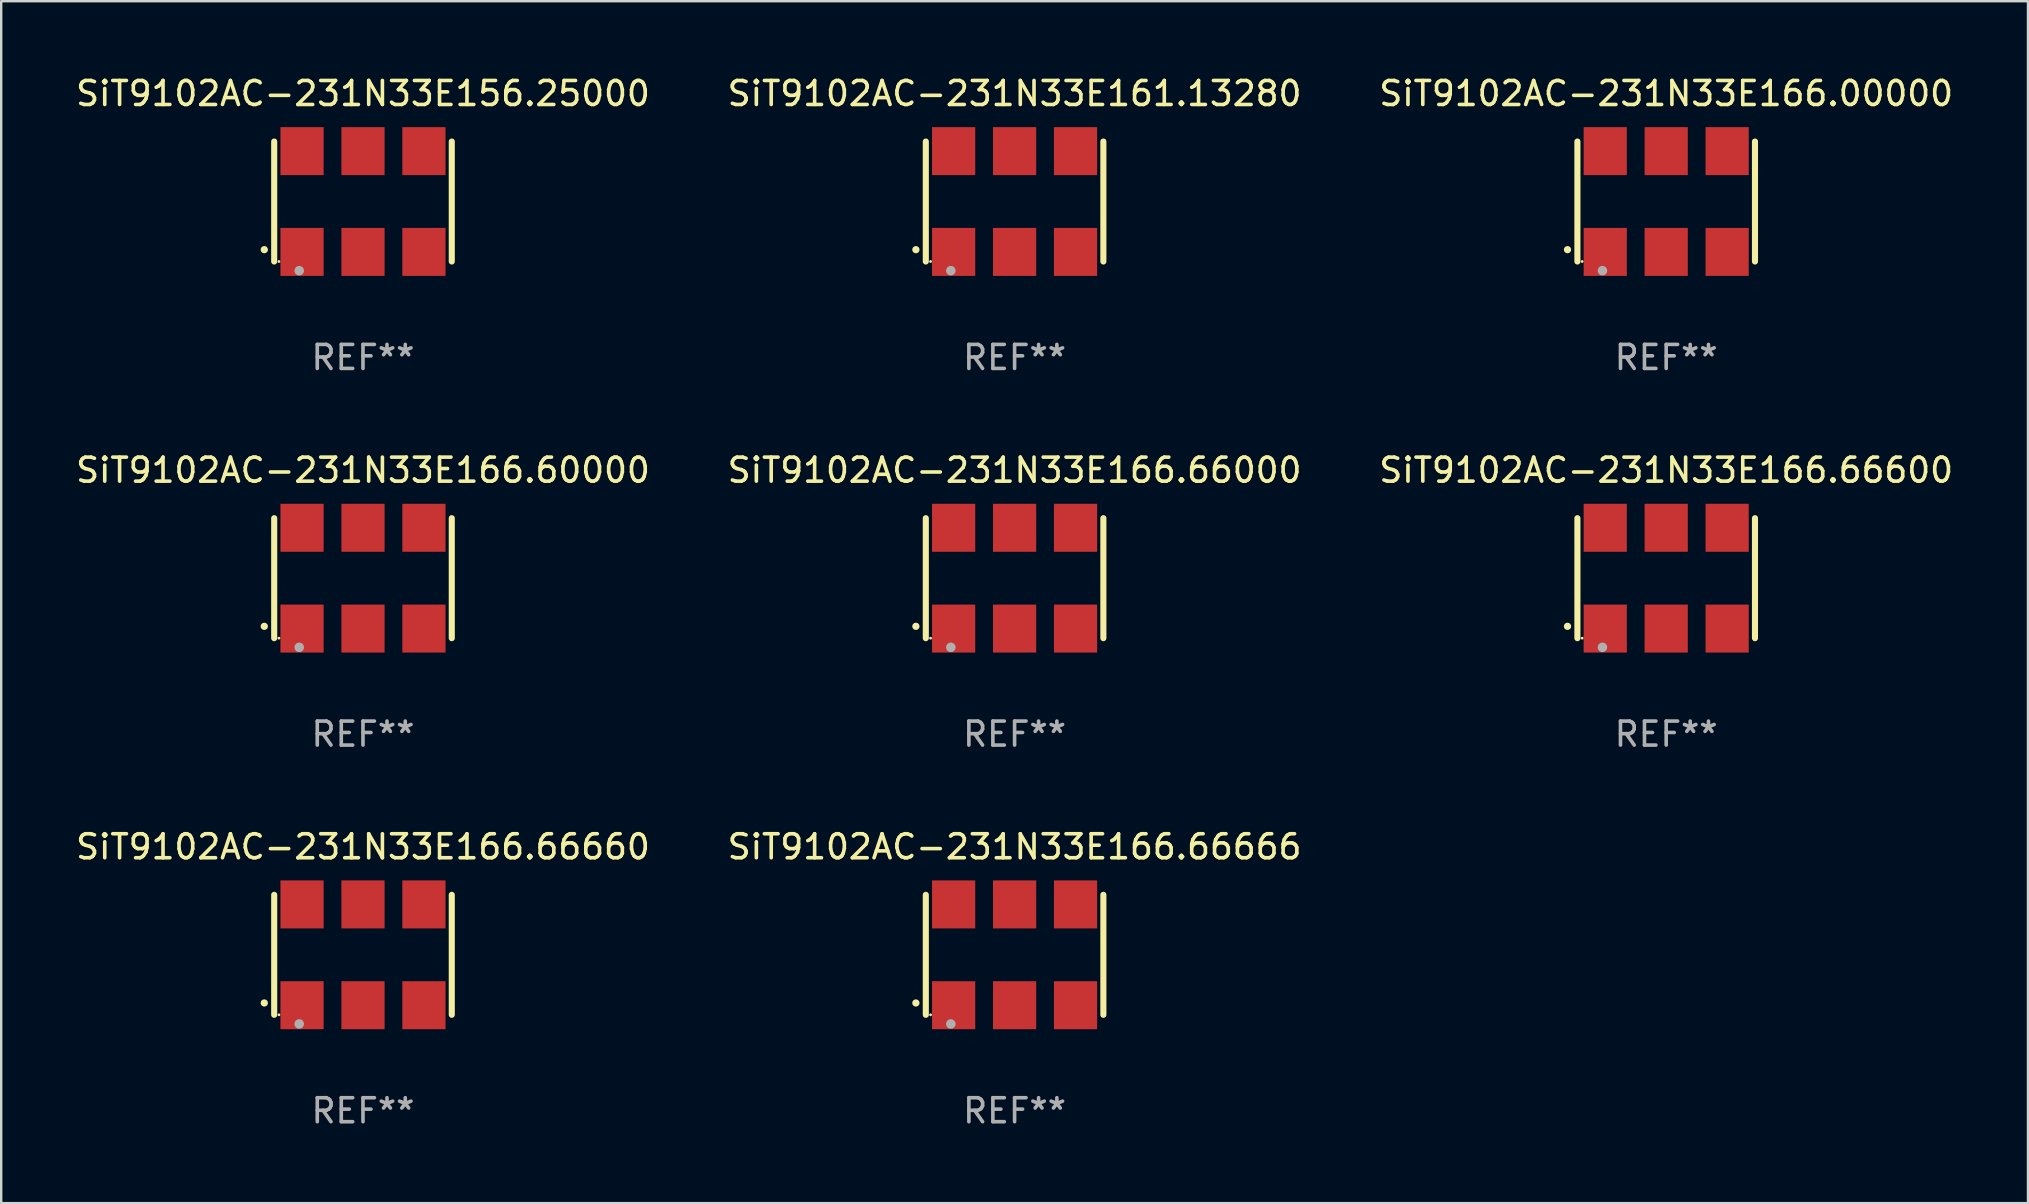
<source format=kicad_pcb>
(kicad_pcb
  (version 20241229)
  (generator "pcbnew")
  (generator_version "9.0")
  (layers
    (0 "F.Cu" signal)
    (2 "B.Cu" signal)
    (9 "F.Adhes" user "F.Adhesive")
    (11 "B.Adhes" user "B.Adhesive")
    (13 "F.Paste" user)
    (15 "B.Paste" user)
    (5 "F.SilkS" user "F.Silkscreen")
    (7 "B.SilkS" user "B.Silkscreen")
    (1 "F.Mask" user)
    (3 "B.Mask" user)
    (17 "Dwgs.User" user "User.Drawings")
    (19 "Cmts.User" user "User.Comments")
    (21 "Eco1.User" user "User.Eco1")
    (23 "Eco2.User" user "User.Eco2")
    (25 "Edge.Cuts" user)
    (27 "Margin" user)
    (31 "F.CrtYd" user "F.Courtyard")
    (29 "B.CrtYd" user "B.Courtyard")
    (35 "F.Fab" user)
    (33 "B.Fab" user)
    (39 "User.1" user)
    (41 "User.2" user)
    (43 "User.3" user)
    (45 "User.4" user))
  (footprint "SiT9102AC-231N33E166.00000"
    (layer "F.Cu")
    (at 66.387 5.348)
    (property "Reference" "SiT9102AC-231N33E166.00000" (at 0 -4.5 0) (layer "F.SilkS") (effects (font (size 1 1) (thickness 0.15))))
    (attr through_hole)
    (fp_line (start -3.7 -2.5) (end -3.7 2.5) (stroke (width 0.254) (type solid)) (layer "F.SilkS"))
    (fp_line (start 3.7 -2.5) (end 3.7 2.5) (stroke (width 0.254) (type solid)) (layer "F.SilkS"))
    (fp_arc (start -4.114415 2.006604) (mid -4.113145 2.006599) (end -4.111875 2.006604) (stroke (width 0.3) (type solid)) (layer "F.SilkS"))
    (fp_circle (center -3.502 2.5) (end -3.472 2.5) (stroke (width 0.06) (type solid)) (fill no) (layer "F.SilkS"))
    (fp_circle (center -2.657 2.882) (end -2.557 2.882) (stroke (width 0.2) (type solid)) (fill no) (layer "F.Fab"))
    (fp_text user "REF**" (at 0 6.5 0) (layer "F.Fab") (effects (font (size 1 1) (thickness 0.15))))
    (pad "1" smd rect (at -2.54 2.1) (size 1.8 2) (layers "F.Cu" "F.Mask" "F.Paste"))
    (pad "2" smd rect (at 0.000394 2.1) (size 1.8 2) (layers "F.Cu" "F.Mask" "F.Paste"))
    (pad "3" smd rect (at 2.54 2.1) (size 1.8 2) (layers "F.Cu" "F.Mask" "F.Paste"))
    (pad "4" smd rect (at 2.54 -2.1) (size 1.8 2) (layers "F.Cu" "F.Mask" "F.Paste"))
    (pad "5" smd rect (at 0.000394 -2.1) (size 1.8 2) (layers "F.Cu" "F.Mask" "F.Paste"))
    (pad "6" smd rect (at -2.54 -2.1) (size 1.8 2) (layers "F.Cu" "F.Mask" "F.Paste")))
  (footprint "SiT9102AC-231N33E166.66660"
    (layer "F.Cu")
    (at 12.077 36.741)
    (property "Reference" "SiT9102AC-231N33E166.66660" (at 0 -4.5 0) (layer "F.SilkS") (effects (font (size 1 1) (thickness 0.15))))
    (attr through_hole)
    (fp_line (start -3.7 -2.5) (end -3.7 2.5) (stroke (width 0.254) (type solid)) (layer "F.SilkS"))
    (fp_line (start 3.7 -2.5) (end 3.7 2.5) (stroke (width 0.254) (type solid)) (layer "F.SilkS"))
    (fp_arc (start -4.114415 2.006604) (mid -4.113145 2.006599) (end -4.111875 2.006604) (stroke (width 0.3) (type solid)) (layer "F.SilkS"))
    (fp_circle (center -3.502 2.5) (end -3.472 2.5) (stroke (width 0.06) (type solid)) (fill no) (layer "F.SilkS"))
    (fp_circle (center -2.657 2.882) (end -2.557 2.882) (stroke (width 0.2) (type solid)) (fill no) (layer "F.Fab"))
    (fp_text user "REF**" (at 0 6.5 0) (layer "F.Fab") (effects (font (size 1 1) (thickness 0.15))))
    (pad "1" smd rect (at -2.54 2.1) (size 1.8 2) (layers "F.Cu" "F.Mask" "F.Paste"))
    (pad "2" smd rect (at 0.000394 2.1) (size 1.8 2) (layers "F.Cu" "F.Mask" "F.Paste"))
    (pad "3" smd rect (at 2.54 2.1) (size 1.8 2) (layers "F.Cu" "F.Mask" "F.Paste"))
    (pad "4" smd rect (at 2.54 -2.1) (size 1.8 2) (layers "F.Cu" "F.Mask" "F.Paste"))
    (pad "5" smd rect (at 0.000394 -2.1) (size 1.8 2) (layers "F.Cu" "F.Mask" "F.Paste"))
    (pad "6" smd rect (at -2.54 -2.1) (size 1.8 2) (layers "F.Cu" "F.Mask" "F.Paste")))
  (footprint "SiT9102AC-231N33E166.66666"
    (layer "F.Cu")
    (at 39.232 36.741)
    (property "Reference" "SiT9102AC-231N33E166.66666" (at 0 -4.5 0) (layer "F.SilkS") (effects (font (size 1 1) (thickness 0.15))))
    (attr through_hole)
    (fp_line (start -3.7 -2.5) (end -3.7 2.5) (stroke (width 0.254) (type solid)) (layer "F.SilkS"))
    (fp_line (start 3.7 -2.5) (end 3.7 2.5) (stroke (width 0.254) (type solid)) (layer "F.SilkS"))
    (fp_arc (start -4.114415 2.006604) (mid -4.113145 2.006599) (end -4.111875 2.006604) (stroke (width 0.3) (type solid)) (layer "F.SilkS"))
    (fp_circle (center -3.502 2.5) (end -3.472 2.5) (stroke (width 0.06) (type solid)) (fill no) (layer "F.SilkS"))
    (fp_circle (center -2.657 2.882) (end -2.557 2.882) (stroke (width 0.2) (type solid)) (fill no) (layer "F.Fab"))
    (fp_text user "REF**" (at 0 6.5 0) (layer "F.Fab") (effects (font (size 1 1) (thickness 0.15))))
    (pad "1" smd rect (at -2.54 2.1) (size 1.8 2) (layers "F.Cu" "F.Mask" "F.Paste"))
    (pad "2" smd rect (at 0.000394 2.1) (size 1.8 2) (layers "F.Cu" "F.Mask" "F.Paste"))
    (pad "3" smd rect (at 2.54 2.1) (size 1.8 2) (layers "F.Cu" "F.Mask" "F.Paste"))
    (pad "4" smd rect (at 2.54 -2.1) (size 1.8 2) (layers "F.Cu" "F.Mask" "F.Paste"))
    (pad "5" smd rect (at 0.000394 -2.1) (size 1.8 2) (layers "F.Cu" "F.Mask" "F.Paste"))
    (pad "6" smd rect (at -2.54 -2.1) (size 1.8 2) (layers "F.Cu" "F.Mask" "F.Paste")))
  (footprint "SiT9102AC-231N33E161.13280"
    (layer "F.Cu")
    (at 39.232 5.348)
    (property "Reference" "SiT9102AC-231N33E161.13280" (at 0 -4.5 0) (layer "F.SilkS") (effects (font (size 1 1) (thickness 0.15))))
    (attr through_hole)
    (fp_line (start -3.7 -2.5) (end -3.7 2.5) (stroke (width 0.254) (type solid)) (layer "F.SilkS"))
    (fp_line (start 3.7 -2.5) (end 3.7 2.5) (stroke (width 0.254) (type solid)) (layer "F.SilkS"))
    (fp_arc (start -4.114415 2.006604) (mid -4.113145 2.006599) (end -4.111875 2.006604) (stroke (width 0.3) (type solid)) (layer "F.SilkS"))
    (fp_circle (center -3.502 2.5) (end -3.472 2.5) (stroke (width 0.06) (type solid)) (fill no) (layer "F.SilkS"))
    (fp_circle (center -2.657 2.882) (end -2.557 2.882) (stroke (width 0.2) (type solid)) (fill no) (layer "F.Fab"))
    (fp_text user "REF**" (at 0 6.5 0) (layer "F.Fab") (effects (font (size 1 1) (thickness 0.15))))
    (pad "1" smd rect (at -2.54 2.1) (size 1.8 2) (layers "F.Cu" "F.Mask" "F.Paste"))
    (pad "2" smd rect (at 0.000394 2.1) (size 1.8 2) (layers "F.Cu" "F.Mask" "F.Paste"))
    (pad "3" smd rect (at 2.54 2.1) (size 1.8 2) (layers "F.Cu" "F.Mask" "F.Paste"))
    (pad "4" smd rect (at 2.54 -2.1) (size 1.8 2) (layers "F.Cu" "F.Mask" "F.Paste"))
    (pad "5" smd rect (at 0.000394 -2.1) (size 1.8 2) (layers "F.Cu" "F.Mask" "F.Paste"))
    (pad "6" smd rect (at -2.54 -2.1) (size 1.8 2) (layers "F.Cu" "F.Mask" "F.Paste")))
  (footprint "SiT9102AC-231N33E166.66600"
    (layer "F.Cu")
    (at 66.387 21.045)
    (property "Reference" "SiT9102AC-231N33E166.66600" (at 0 -4.5 0) (layer "F.SilkS") (effects (font (size 1 1) (thickness 0.15))))
    (attr through_hole)
    (fp_line (start -3.7 -2.5) (end -3.7 2.5) (stroke (width 0.254) (type solid)) (layer "F.SilkS"))
    (fp_line (start 3.7 -2.5) (end 3.7 2.5) (stroke (width 0.254) (type solid)) (layer "F.SilkS"))
    (fp_arc (start -4.114415 2.006604) (mid -4.113145 2.006599) (end -4.111875 2.006604) (stroke (width 0.3) (type solid)) (layer "F.SilkS"))
    (fp_circle (center -3.502 2.5) (end -3.472 2.5) (stroke (width 0.06) (type solid)) (fill no) (layer "F.SilkS"))
    (fp_circle (center -2.657 2.882) (end -2.557 2.882) (stroke (width 0.2) (type solid)) (fill no) (layer "F.Fab"))
    (fp_text user "REF**" (at 0 6.5 0) (layer "F.Fab") (effects (font (size 1 1) (thickness 0.15))))
    (pad "1" smd rect (at -2.54 2.1) (size 1.8 2) (layers "F.Cu" "F.Mask" "F.Paste"))
    (pad "2" smd rect (at 0.000394 2.1) (size 1.8 2) (layers "F.Cu" "F.Mask" "F.Paste"))
    (pad "3" smd rect (at 2.54 2.1) (size 1.8 2) (layers "F.Cu" "F.Mask" "F.Paste"))
    (pad "4" smd rect (at 2.54 -2.1) (size 1.8 2) (layers "F.Cu" "F.Mask" "F.Paste"))
    (pad "5" smd rect (at 0.000394 -2.1) (size 1.8 2) (layers "F.Cu" "F.Mask" "F.Paste"))
    (pad "6" smd rect (at -2.54 -2.1) (size 1.8 2) (layers "F.Cu" "F.Mask" "F.Paste")))
  (footprint "SiT9102AC-231N33E166.66000"
    (layer "F.Cu")
    (at 39.232 21.045)
    (property "Reference" "SiT9102AC-231N33E166.66000" (at 0 -4.5 0) (layer "F.SilkS") (effects (font (size 1 1) (thickness 0.15))))
    (attr through_hole)
    (fp_line (start -3.7 -2.5) (end -3.7 2.5) (stroke (width 0.254) (type solid)) (layer "F.SilkS"))
    (fp_line (start 3.7 -2.5) (end 3.7 2.5) (stroke (width 0.254) (type solid)) (layer "F.SilkS"))
    (fp_arc (start -4.114415 2.006604) (mid -4.113145 2.006599) (end -4.111875 2.006604) (stroke (width 0.3) (type solid)) (layer "F.SilkS"))
    (fp_circle (center -3.502 2.5) (end -3.472 2.5) (stroke (width 0.06) (type solid)) (fill no) (layer "F.SilkS"))
    (fp_circle (center -2.657 2.882) (end -2.557 2.882) (stroke (width 0.2) (type solid)) (fill no) (layer "F.Fab"))
    (fp_text user "REF**" (at 0 6.5 0) (layer "F.Fab") (effects (font (size 1 1) (thickness 0.15))))
    (pad "1" smd rect (at -2.54 2.1) (size 1.8 2) (layers "F.Cu" "F.Mask" "F.Paste"))
    (pad "2" smd rect (at 0.000394 2.1) (size 1.8 2) (layers "F.Cu" "F.Mask" "F.Paste"))
    (pad "3" smd rect (at 2.54 2.1) (size 1.8 2) (layers "F.Cu" "F.Mask" "F.Paste"))
    (pad "4" smd rect (at 2.54 -2.1) (size 1.8 2) (layers "F.Cu" "F.Mask" "F.Paste"))
    (pad "5" smd rect (at 0.000394 -2.1) (size 1.8 2) (layers "F.Cu" "F.Mask" "F.Paste"))
    (pad "6" smd rect (at -2.54 -2.1) (size 1.8 2) (layers "F.Cu" "F.Mask" "F.Paste")))
  (footprint "SiT9102AC-231N33E166.60000"
    (layer "F.Cu")
    (at 12.077 21.045)
    (property "Reference" "SiT9102AC-231N33E166.60000" (at 0 -4.5 0) (layer "F.SilkS") (effects (font (size 1 1) (thickness 0.15))))
    (attr through_hole)
    (fp_line (start -3.7 -2.5) (end -3.7 2.5) (stroke (width 0.254) (type solid)) (layer "F.SilkS"))
    (fp_line (start 3.7 -2.5) (end 3.7 2.5) (stroke (width 0.254) (type solid)) (layer "F.SilkS"))
    (fp_arc (start -4.114415 2.006604) (mid -4.113145 2.006599) (end -4.111875 2.006604) (stroke (width 0.3) (type solid)) (layer "F.SilkS"))
    (fp_circle (center -3.502 2.5) (end -3.472 2.5) (stroke (width 0.06) (type solid)) (fill no) (layer "F.SilkS"))
    (fp_circle (center -2.657 2.882) (end -2.557 2.882) (stroke (width 0.2) (type solid)) (fill no) (layer "F.Fab"))
    (fp_text user "REF**" (at 0 6.5 0) (layer "F.Fab") (effects (font (size 1 1) (thickness 0.15))))
    (pad "1" smd rect (at -2.54 2.1) (size 1.8 2) (layers "F.Cu" "F.Mask" "F.Paste"))
    (pad "2" smd rect (at 0.000394 2.1) (size 1.8 2) (layers "F.Cu" "F.Mask" "F.Paste"))
    (pad "3" smd rect (at 2.54 2.1) (size 1.8 2) (layers "F.Cu" "F.Mask" "F.Paste"))
    (pad "4" smd rect (at 2.54 -2.1) (size 1.8 2) (layers "F.Cu" "F.Mask" "F.Paste"))
    (pad "5" smd rect (at 0.000394 -2.1) (size 1.8 2) (layers "F.Cu" "F.Mask" "F.Paste"))
    (pad "6" smd rect (at -2.54 -2.1) (size 1.8 2) (layers "F.Cu" "F.Mask" "F.Paste")))
  (footprint "SiT9102AC-231N33E156.25000"
    (layer "F.Cu")
    (at 12.077 5.348)
    (property "Reference" "SiT9102AC-231N33E156.25000" (at 0 -4.5 0) (layer "F.SilkS") (effects (font (size 1 1) (thickness 0.15))))
    (attr through_hole)
    (fp_line (start -3.7 -2.5) (end -3.7 2.5) (stroke (width 0.254) (type solid)) (layer "F.SilkS"))
    (fp_line (start 3.7 -2.5) (end 3.7 2.5) (stroke (width 0.254) (type solid)) (layer "F.SilkS"))
    (fp_arc (start -4.114415 2.006604) (mid -4.113145 2.006599) (end -4.111875 2.006604) (stroke (width 0.3) (type solid)) (layer "F.SilkS"))
    (fp_circle (center -3.502 2.5) (end -3.472 2.5) (stroke (width 0.06) (type solid)) (fill no) (layer "F.SilkS"))
    (fp_circle (center -2.657 2.882) (end -2.557 2.882) (stroke (width 0.2) (type solid)) (fill no) (layer "F.Fab"))
    (fp_text user "REF**" (at 0 6.5 0) (layer "F.Fab") (effects (font (size 1 1) (thickness 0.15))))
    (pad "1" smd rect (at -2.54 2.1) (size 1.8 2) (layers "F.Cu" "F.Mask" "F.Paste"))
    (pad "2" smd rect (at 0.000394 2.1) (size 1.8 2) (layers "F.Cu" "F.Mask" "F.Paste"))
    (pad "3" smd rect (at 2.54 2.1) (size 1.8 2) (layers "F.Cu" "F.Mask" "F.Paste"))
    (pad "4" smd rect (at 2.54 -2.1) (size 1.8 2) (layers "F.Cu" "F.Mask" "F.Paste"))
    (pad "5" smd rect (at 0.000394 -2.1) (size 1.8 2) (layers "F.Cu" "F.Mask" "F.Paste"))
    (pad "6" smd rect (at -2.54 -2.1) (size 1.8 2) (layers "F.Cu" "F.Mask" "F.Paste")))
  (gr_rect
    (start -3 -3)
    (end 81.464 47.09)
    (stroke (width 0.1) (type default))
    (fill no)
    (layer "Edge.Cuts")))
</source>
